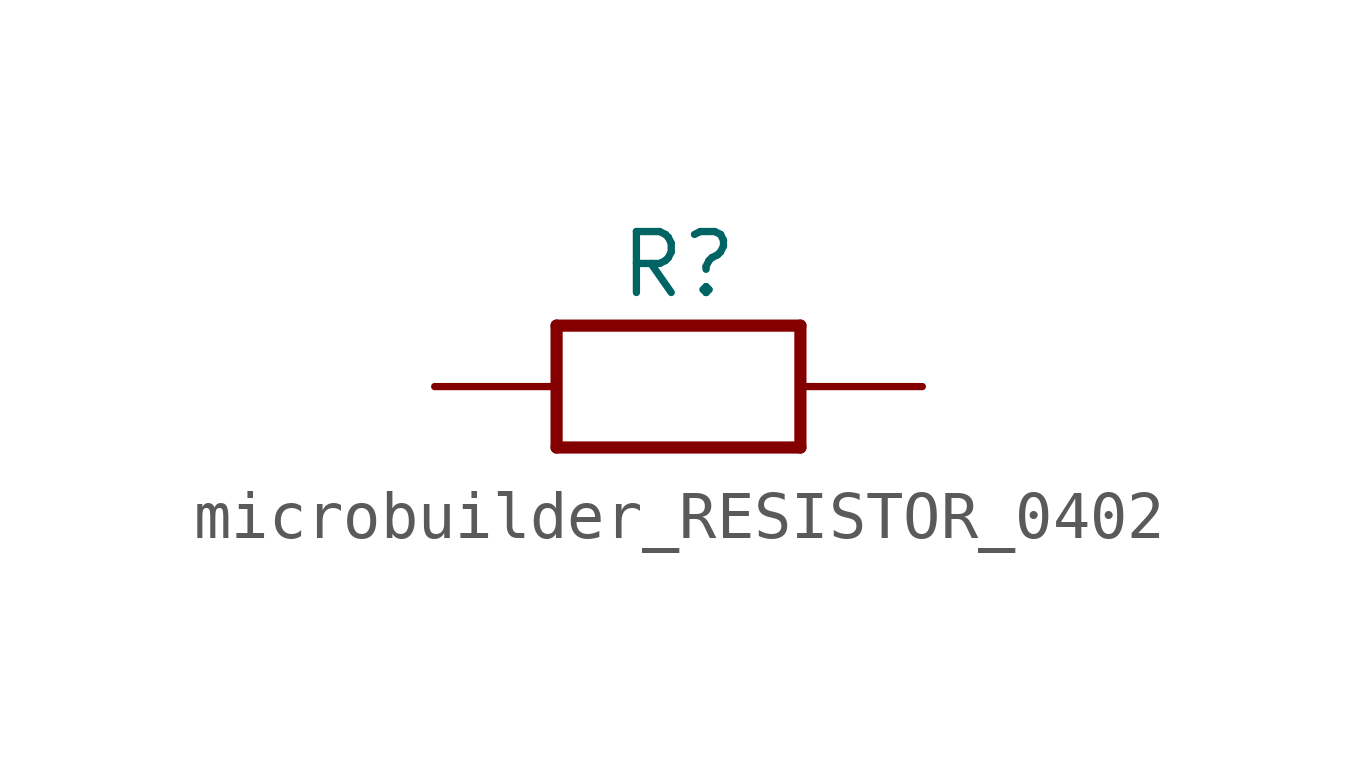
<source format=kicad_sym>
(kicad_symbol_lib
  (version 20231120)
  (generator "kicad_symbol_editor")
  (generator_version "8.0")
  (symbol "microbuilder_RESISTOR_0402"
    (property "Reference" "R"
      (at 0 2.54 0)
      (effects (font (size 1.27 1.27))))
    (property "Value" ""
      (at 0 0 0)
      (effects (font (size 1.016 1.016) (thickness 0.203) (bold yes))))
    (property "ki_locked" ""
      (at 0 0 0)
      (effects (font (size 1.27 1.27))))
    (symbol "microbuilder_RESISTOR_0402_1_0"
      (polyline (pts (xy -2.54 -1.27) (xy -2.54 1.27)) (stroke (width 0.254) (type solid)) (fill (type none)))
      (polyline (pts (xy -2.54 1.27) (xy 2.54 1.27)) (stroke (width 0.254) (type solid)) (fill (type none)))
      (polyline (pts (xy 2.54 -1.27) (xy -2.54 -1.27)) (stroke (width 0.254) (type solid)) (fill (type none)))
      (polyline (pts (xy 2.54 1.27) (xy 2.54 -1.27)) (stroke (width 0.254) (type solid)) (fill (type none)))
      (pin passive line (at -5.08 0 0) (length 2.54) (name "1" (effects (font (size 0 0)))) (number "1" (effects (font (size 0 0)))))
      (pin passive line (at 5.08 0 180) (length 2.54) (name "2" (effects (font (size 0 0)))) (number "2" (effects (font (size 0 0))))))))
</source>
